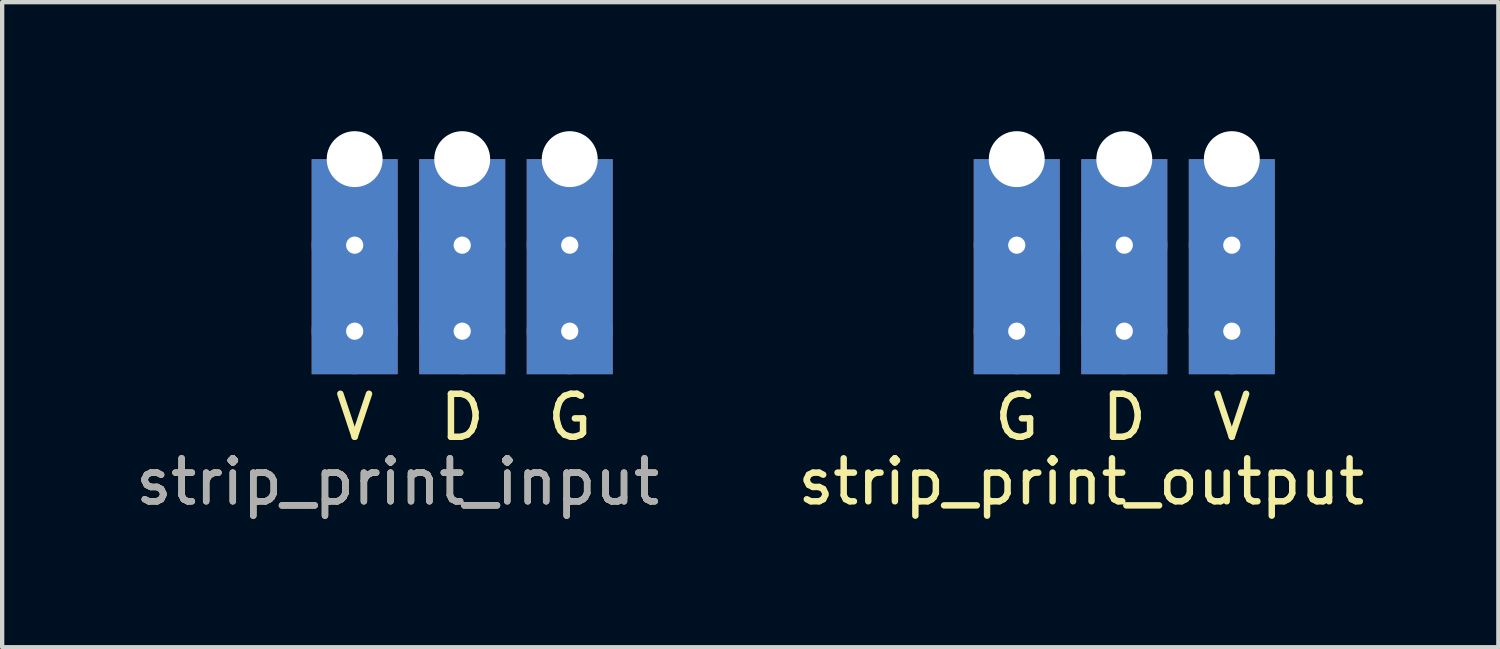
<source format=kicad_pcb>
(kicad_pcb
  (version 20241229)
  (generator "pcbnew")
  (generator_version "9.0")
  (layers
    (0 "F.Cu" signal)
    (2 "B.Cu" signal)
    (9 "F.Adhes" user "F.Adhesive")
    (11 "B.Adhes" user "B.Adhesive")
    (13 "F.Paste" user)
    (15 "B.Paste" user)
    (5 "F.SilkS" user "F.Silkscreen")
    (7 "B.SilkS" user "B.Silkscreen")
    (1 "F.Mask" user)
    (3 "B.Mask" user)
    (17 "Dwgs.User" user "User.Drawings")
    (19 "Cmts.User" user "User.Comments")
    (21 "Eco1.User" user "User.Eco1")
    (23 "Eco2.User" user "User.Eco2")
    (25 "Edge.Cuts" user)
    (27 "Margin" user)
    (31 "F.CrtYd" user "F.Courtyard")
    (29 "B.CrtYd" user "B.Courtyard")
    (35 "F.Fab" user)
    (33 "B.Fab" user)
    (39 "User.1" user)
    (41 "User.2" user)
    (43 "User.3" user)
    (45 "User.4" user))
  (footprint "strip_print_output"
    (layer "F.Cu")
    (at 23.089 0.65)
    (property "Reference" "strip_print_output" (at -1 7.5 0) (unlocked yes) (layer "F.SilkS") (effects (font (size 1 1) (thickness 0.15))))
    (attr through_hole)
    (fp_text user "D" (at 0 6 0) (unlocked yes) (layer "F.SilkS") (effects (font (size 1 1) (thickness 0.15))))
    (fp_text user "G" (at -2.5 6 0) (unlocked yes) (layer "F.SilkS") (effects (font (size 1 1) (thickness 0.15))))
    (fp_text user "V" (at 2.5 6 0) (unlocked yes) (layer "F.SilkS") (effects (font (size 1 1) (thickness 0.15))))
    (pad "1" thru_hole rect (at 2.5 0) (size 2 5) (drill 1.3 (offset 0 2.5)) (layers "*.Cu" "*.Mask"))
    (pad "1" thru_hole circle (at 2.5 2) (size 2 2) (drill 0.4) (layers "*.Cu" "*.Mask"))
    (pad "1" thru_hole circle (at 2.5 4) (size 2 2) (drill 0.4) (layers "*.Cu" "*.Mask"))
    (pad "2" thru_hole rect (at 0 0) (size 2 5) (drill 1.3 (offset 0 2.5)) (layers "*.Cu" "*.Mask"))
    (pad "2" thru_hole circle (at 0 2) (size 2 2) (drill 0.4) (layers "*.Cu" "*.Mask"))
    (pad "2" thru_hole circle (at 0 4) (size 2 2) (drill 0.4) (layers "*.Cu" "*.Mask"))
    (pad "3" thru_hole rect (at -2.5 0) (size 2 5) (drill 1.3 (offset 0 2.5)) (layers "*.Cu" "*.Mask"))
    (pad "3" thru_hole circle (at -2.5 2) (size 2 2) (drill 0.4) (layers "*.Cu" "*.Mask"))
    (pad "3" thru_hole circle (at -2.5 4) (size 2 2) (drill 0.4) (layers "*.Cu" "*.Mask")))
  (footprint "strip_print_input"
    (layer "F.Cu")
    (at 7.696 0.65)
    (property "Reference" "strip_print_input" (at -1.5 7.5 0) (unlocked yes) (layer "F.SilkS") (effects (font (size 1 1) (thickness 0.15))))
    (attr through_hole)
    (fp_text user "D" (at 0 6 0) (unlocked yes) (layer "F.SilkS") (effects (font (size 1 1) (thickness 0.15))))
    (fp_text user "G" (at 2.5 6 0) (unlocked yes) (layer "F.SilkS") (effects (font (size 1 1) (thickness 0.15))))
    (fp_text user "V" (at -2.5 6 0) (unlocked yes) (layer "F.SilkS") (effects (font (size 1 1) (thickness 0.15))))
    (fp_text user "${REFERENCE}" (at -1.5 7.5 0) (unlocked yes) (layer "F.Fab") (effects (font (size 1 1) (thickness 0.15))))
    (pad "1" thru_hole rect (at -2.5 0) (size 2 5) (drill 1.3 (offset 0 2.5)) (layers "*.Cu" "*.Mask"))
    (pad "1" thru_hole circle (at -2.5 2) (size 2 2) (drill 0.4) (layers "*.Cu" "*.Mask"))
    (pad "1" thru_hole circle (at -2.5 4) (size 2 2) (drill 0.4) (layers "*.Cu" "*.Mask"))
    (pad "2" thru_hole rect (at 0 0) (size 2 5) (drill 1.3 (offset 0 2.5)) (layers "*.Cu" "*.Mask"))
    (pad "2" thru_hole circle (at 0 2) (size 2 2) (drill 0.4) (layers "*.Cu" "*.Mask"))
    (pad "2" thru_hole circle (at 0 4) (size 2 2) (drill 0.4) (layers "*.Cu" "*.Mask"))
    (pad "3" thru_hole rect (at 2.5 0) (size 2 5) (drill 1.3 (offset 0 2.5)) (layers "*.Cu" "*.Mask"))
    (pad "3" thru_hole circle (at 2.5 2) (size 2 2) (drill 0.4) (layers "*.Cu" "*.Mask"))
    (pad "3" thru_hole circle (at 2.5 4) (size 2 2) (drill 0.4) (layers "*.Cu" "*.Mask")))
  (gr_rect
    (start -3 -3)
    (end 31.786 11.998)
    (stroke (width 0.1) (type default))
    (fill no)
    (layer "Edge.Cuts")))
</source>
